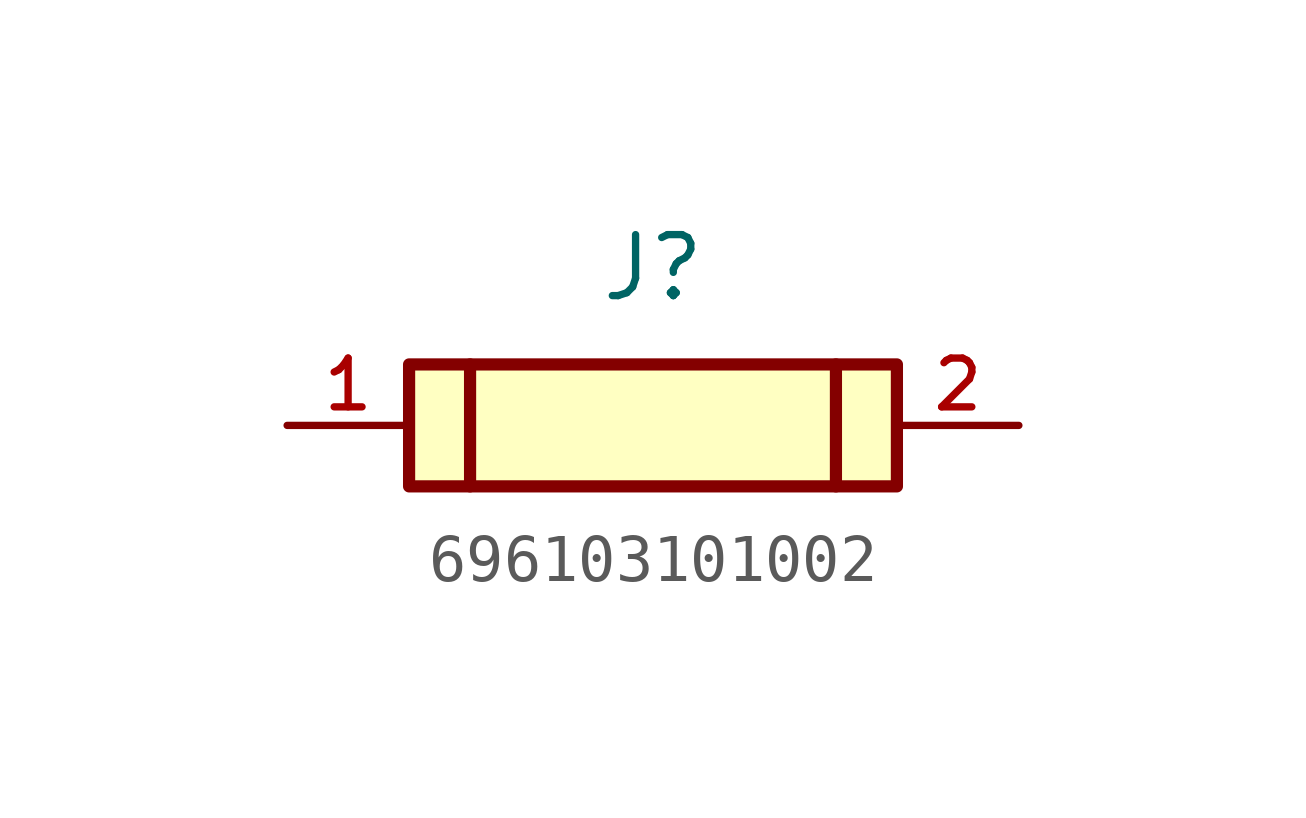
<source format=kicad_sym>
(kicad_symbol_lib
  (version 20231120)
  (generator "kicad_symbol_editor")
  (generator_version "8.0")
  (symbol "696103101002"
    (pin_names
      (offset 1.016))
    (property "Reference" "J"
      (at 0 2.54 0)
      (effects (font (size 1.27 1.27)) (justify bottom)))
    (symbol "696103101002_0_0"
      (rectangle (start -5.08 1.27) (end 5.08 -1.27) (stroke (width 0.254) (type default)) (fill (type background)))
      (polyline (pts (xy -3.81 1.27) (xy -3.81 -1.27)) (stroke (width 0.254) (type default)) (fill (type none)))
      (polyline (pts (xy 3.81 1.27) (xy 3.81 -1.27)) (stroke (width 0.254) (type default)) (fill (type none)))
      (pin passive line (at -7.62 0 0) (length 2.54) (name "~" (effects (font (size 1.016 1.016)))) (number "1" (effects (font (size 1.016 1.016)))))
      (pin passive line (at 7.62 0 180) (length 2.54) (name "~" (effects (font (size 1.016 1.016)))) (number "2" (effects (font (size 1.016 1.016))))))))
</source>
